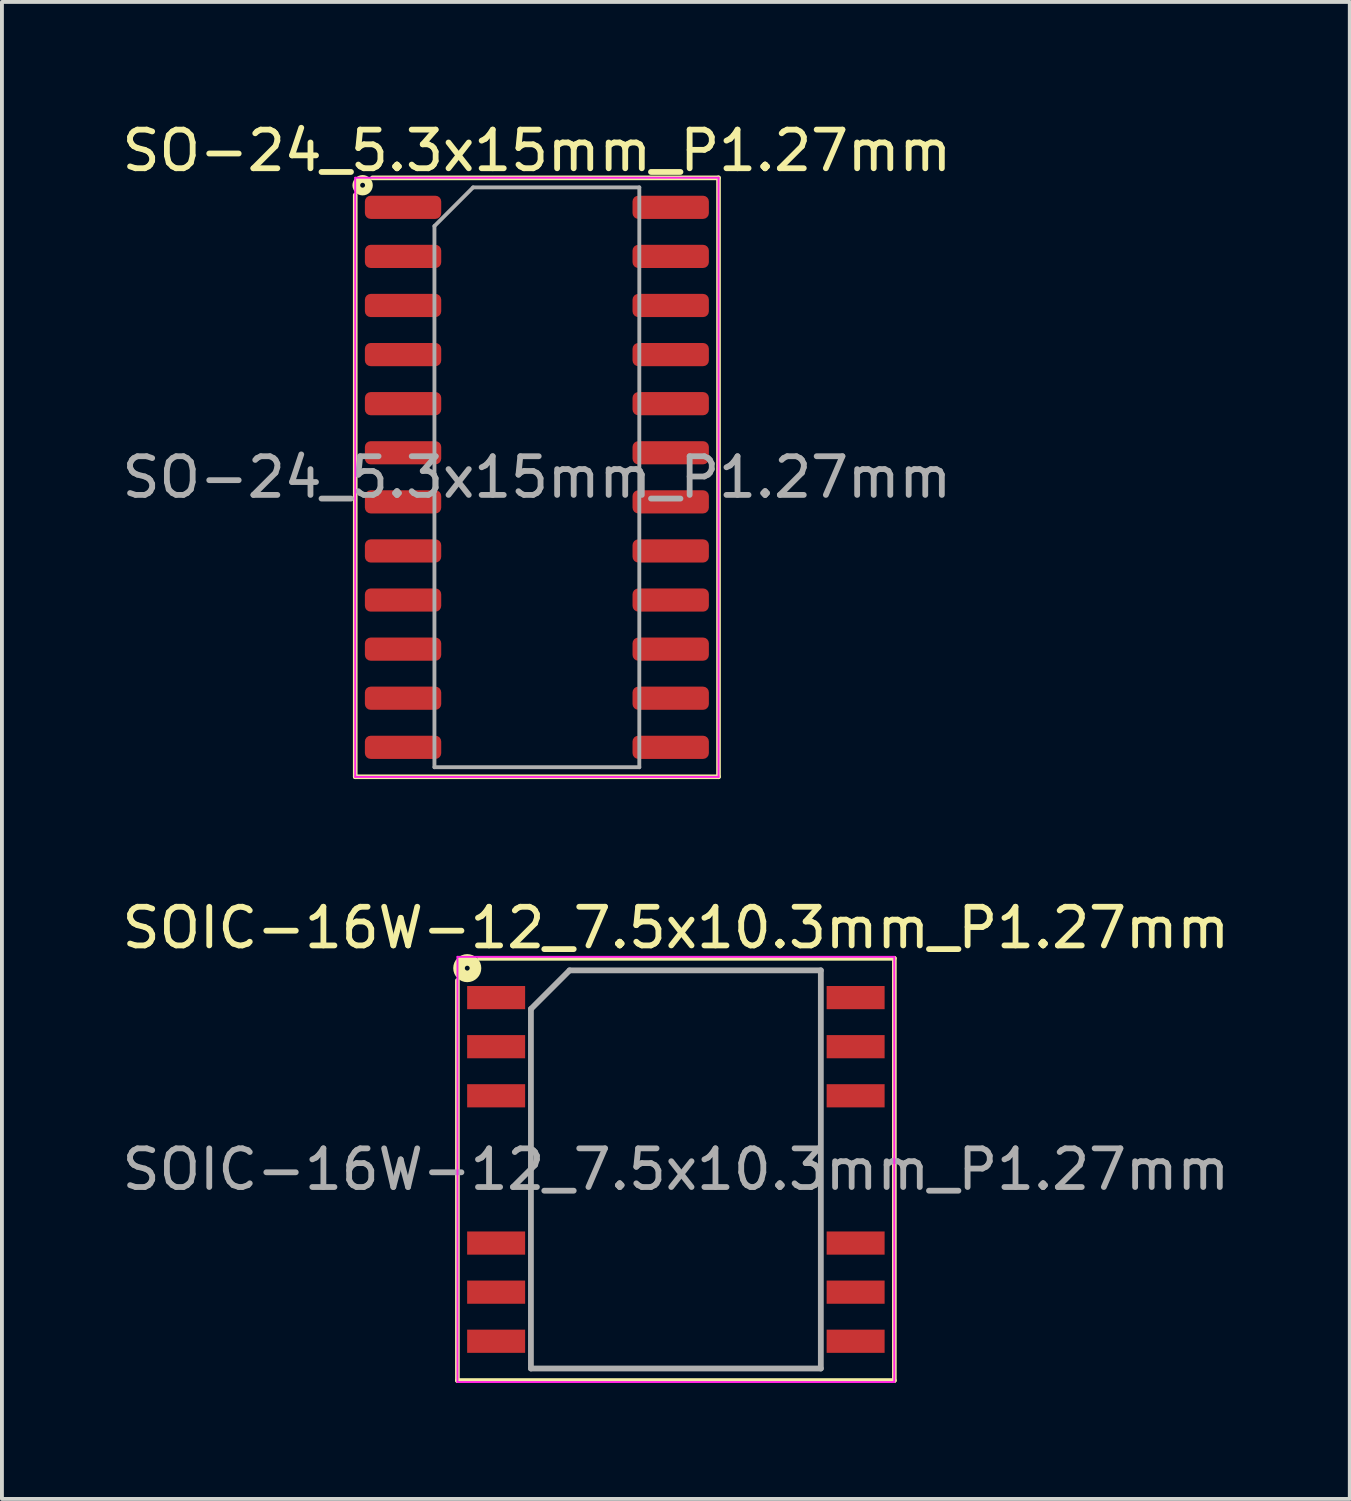
<source format=kicad_pcb>
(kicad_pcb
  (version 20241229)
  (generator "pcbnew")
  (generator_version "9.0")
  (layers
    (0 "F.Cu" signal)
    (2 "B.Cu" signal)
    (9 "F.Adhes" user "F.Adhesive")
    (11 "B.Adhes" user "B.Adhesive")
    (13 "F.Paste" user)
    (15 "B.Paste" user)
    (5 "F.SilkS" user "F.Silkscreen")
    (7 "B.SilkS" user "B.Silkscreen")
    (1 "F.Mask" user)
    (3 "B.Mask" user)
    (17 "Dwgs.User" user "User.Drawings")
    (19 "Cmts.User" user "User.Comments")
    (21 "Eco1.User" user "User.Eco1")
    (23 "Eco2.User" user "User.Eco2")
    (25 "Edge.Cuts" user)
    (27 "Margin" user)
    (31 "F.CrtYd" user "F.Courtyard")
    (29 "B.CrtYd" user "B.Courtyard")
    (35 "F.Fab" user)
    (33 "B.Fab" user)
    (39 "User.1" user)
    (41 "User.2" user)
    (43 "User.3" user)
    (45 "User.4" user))
  (footprint "SO-24_5.3x15mm_P1.27mm"
    (layer "F.Cu")
    (at 10.839 9.298)
    (property "Reference" "SO-24_5.3x15mm_P1.27mm" (at 0 -8.45 0) (layer "F.SilkS") (effects (font (size 1 1) (thickness 0.15))))
    (attr smd)
    (fp_line (start -4.699 -7.303) (end -4.699 7.747) (stroke (width 0.12) (type solid)) (layer "F.SilkS"))
    (fp_line (start -4.699 7.747) (end 4.699 7.747) (stroke (width 0.12) (type solid)) (layer "F.SilkS"))
    (fp_line (start 4.699 -7.747) (end -4.255 -7.747) (stroke (width 0.12) (type solid)) (layer "F.SilkS"))
    (fp_line (start 4.699 7.747) (end 4.699 -7.747) (stroke (width 0.12) (type solid)) (layer "F.SilkS"))
    (fp_circle (center -4.508 -7.556) (end -4.445 -7.556) (stroke (width 0.2) (type solid)) (fill no) (layer "F.SilkS"))
    (fp_line (start -4.7 -7.75) (end -4.7 7.75) (stroke (width 0.05) (type solid)) (layer "F.CrtYd"))
    (fp_line (start -4.7 7.75) (end 4.7 7.75) (stroke (width 0.05) (type solid)) (layer "F.CrtYd"))
    (fp_line (start 4.7 -7.75) (end -4.7 -7.75) (stroke (width 0.05) (type solid)) (layer "F.CrtYd"))
    (fp_line (start 4.7 7.75) (end 4.7 -7.75) (stroke (width 0.05) (type solid)) (layer "F.CrtYd"))
    (fp_line (start -2.65 -6.5) (end -1.65 -7.5) (stroke (width 0.1) (type solid)) (layer "F.Fab"))
    (fp_line (start -2.65 7.5) (end -2.65 -6.5) (stroke (width 0.1) (type solid)) (layer "F.Fab"))
    (fp_line (start -1.65 -7.5) (end 2.65 -7.5) (stroke (width 0.1) (type solid)) (layer "F.Fab"))
    (fp_line (start 2.65 -7.5) (end 2.65 7.5) (stroke (width 0.1) (type solid)) (layer "F.Fab"))
    (fp_line (start 2.65 7.5) (end -2.65 7.5) (stroke (width 0.1) (type solid)) (layer "F.Fab"))
    (fp_text user "${REFERENCE}" (at 0 0 0) (layer "F.Fab") (effects (font (size 1 1) (thickness 0.15))))
    (pad "1" smd roundrect (at -3.462 -6.985) (size 1.975 0.6) (layers "F.Cu" "F.Mask" "F.Paste") (roundrect_rratio 0.25))
    (pad "2" smd roundrect (at -3.462 -5.715) (size 1.975 0.6) (layers "F.Cu" "F.Mask" "F.Paste") (roundrect_rratio 0.25))
    (pad "3" smd roundrect (at -3.462 -4.445) (size 1.975 0.6) (layers "F.Cu" "F.Mask" "F.Paste") (roundrect_rratio 0.25))
    (pad "4" smd roundrect (at -3.462 -3.175) (size 1.975 0.6) (layers "F.Cu" "F.Mask" "F.Paste") (roundrect_rratio 0.25))
    (pad "5" smd roundrect (at -3.462 -1.905) (size 1.975 0.6) (layers "F.Cu" "F.Mask" "F.Paste") (roundrect_rratio 0.25))
    (pad "6" smd roundrect (at -3.462 -0.635) (size 1.975 0.6) (layers "F.Cu" "F.Mask" "F.Paste") (roundrect_rratio 0.25))
    (pad "7" smd roundrect (at -3.462 0.635) (size 1.975 0.6) (layers "F.Cu" "F.Mask" "F.Paste") (roundrect_rratio 0.25))
    (pad "8" smd roundrect (at -3.462 1.905) (size 1.975 0.6) (layers "F.Cu" "F.Mask" "F.Paste") (roundrect_rratio 0.25))
    (pad "9" smd roundrect (at -3.462 3.175) (size 1.975 0.6) (layers "F.Cu" "F.Mask" "F.Paste") (roundrect_rratio 0.25))
    (pad "10" smd roundrect (at -3.462 4.445) (size 1.975 0.6) (layers "F.Cu" "F.Mask" "F.Paste") (roundrect_rratio 0.25))
    (pad "11" smd roundrect (at -3.462 5.715) (size 1.975 0.6) (layers "F.Cu" "F.Mask" "F.Paste") (roundrect_rratio 0.25))
    (pad "12" smd roundrect (at -3.462 6.985) (size 1.975 0.6) (layers "F.Cu" "F.Mask" "F.Paste") (roundrect_rratio 0.25))
    (pad "13" smd roundrect (at 3.462 6.985) (size 1.975 0.6) (layers "F.Cu" "F.Mask" "F.Paste") (roundrect_rratio 0.25))
    (pad "14" smd roundrect (at 3.462 5.715) (size 1.975 0.6) (layers "F.Cu" "F.Mask" "F.Paste") (roundrect_rratio 0.25))
    (pad "15" smd roundrect (at 3.462 4.445) (size 1.975 0.6) (layers "F.Cu" "F.Mask" "F.Paste") (roundrect_rratio 0.25))
    (pad "16" smd roundrect (at 3.462 3.175) (size 1.975 0.6) (layers "F.Cu" "F.Mask" "F.Paste") (roundrect_rratio 0.25))
    (pad "17" smd roundrect (at 3.462 1.905) (size 1.975 0.6) (layers "F.Cu" "F.Mask" "F.Paste") (roundrect_rratio 0.25))
    (pad "18" smd roundrect (at 3.462 0.635) (size 1.975 0.6) (layers "F.Cu" "F.Mask" "F.Paste") (roundrect_rratio 0.25))
    (pad "19" smd roundrect (at 3.462 -0.635) (size 1.975 0.6) (layers "F.Cu" "F.Mask" "F.Paste") (roundrect_rratio 0.25))
    (pad "20" smd roundrect (at 3.462 -1.905) (size 1.975 0.6) (layers "F.Cu" "F.Mask" "F.Paste") (roundrect_rratio 0.25))
    (pad "21" smd roundrect (at 3.462 -3.175) (size 1.975 0.6) (layers "F.Cu" "F.Mask" "F.Paste") (roundrect_rratio 0.25))
    (pad "22" smd roundrect (at 3.462 -4.445) (size 1.975 0.6) (layers "F.Cu" "F.Mask" "F.Paste") (roundrect_rratio 0.25))
    (pad "23" smd roundrect (at 3.462 -5.715) (size 1.975 0.6) (layers "F.Cu" "F.Mask" "F.Paste") (roundrect_rratio 0.25))
    (pad "24" smd roundrect (at 3.462 -6.985) (size 1.975 0.6) (layers "F.Cu" "F.Mask" "F.Paste") (roundrect_rratio 0.25)))
  (footprint "SOIC-16W-12_7.5x10.3mm_P1.27mm"
    (layer "F.Cu")
    (at 14.435 27.203)
    (property "Reference" "SOIC-16W-12_7.5x10.3mm_P1.27mm" (at 0 -6.25 0) (layer "F.SilkS") (effects (font (size 1 1) (thickness 0.15))))
    (attr smd)
    (fp_line (start -5.652 -4.889) (end -5.652 5.461) (stroke (width 0.12) (type solid)) (layer "F.SilkS"))
    (fp_line (start -5.652 5.461) (end 5.652 5.461) (stroke (width 0.12) (type solid)) (layer "F.SilkS"))
    (fp_line (start 5.652 -5.461) (end -5.08 -5.461) (stroke (width 0.12) (type solid)) (layer "F.SilkS"))
    (fp_line (start 5.652 5.461) (end 5.652 -5.461) (stroke (width 0.12) (type solid)) (layer "F.SilkS"))
    (fp_circle (center -5.397 -5.207) (end -5.334 -5.207) (stroke (width 0.3) (type solid)) (fill no) (layer "F.SilkS"))
    (fp_line (start -5.65 -5.5) (end -5.65 5.5) (stroke (width 0.05) (type solid)) (layer "F.CrtYd"))
    (fp_line (start -5.65 -5.5) (end 5.65 -5.5) (stroke (width 0.05) (type solid)) (layer "F.CrtYd"))
    (fp_line (start -5.65 5.5) (end 5.65 5.5) (stroke (width 0.05) (type solid)) (layer "F.CrtYd"))
    (fp_line (start 5.65 -5.5) (end 5.65 5.5) (stroke (width 0.05) (type solid)) (layer "F.CrtYd"))
    (fp_line (start -3.75 -4.15) (end -2.75 -5.15) (stroke (width 0.15) (type solid)) (layer "F.Fab"))
    (fp_line (start -3.75 5.15) (end -3.75 -4.15) (stroke (width 0.15) (type solid)) (layer "F.Fab"))
    (fp_line (start -2.75 -5.15) (end 3.75 -5.15) (stroke (width 0.15) (type solid)) (layer "F.Fab"))
    (fp_line (start 3.75 -5.15) (end 3.75 5.15) (stroke (width 0.15) (type solid)) (layer "F.Fab"))
    (fp_line (start 3.75 5.15) (end -3.75 5.15) (stroke (width 0.15) (type solid)) (layer "F.Fab"))
    (fp_text user "${REFERENCE}" (at 0 0 0) (layer "F.Fab") (effects (font (size 1 1) (thickness 0.15))))
    (pad "1" smd rect (at -4.65 -4.445) (size 1.5 0.6) (layers "F.Cu" "F.Mask" "F.Paste"))
    (pad "2" smd rect (at -4.65 -3.175) (size 1.5 0.6) (layers "F.Cu" "F.Mask" "F.Paste"))
    (pad "3" smd rect (at -4.65 -1.905) (size 1.5 0.6) (layers "F.Cu" "F.Mask" "F.Paste"))
    (pad "6" smd rect (at -4.65 1.905) (size 1.5 0.6) (layers "F.Cu" "F.Mask" "F.Paste"))
    (pad "7" smd rect (at -4.65 3.175) (size 1.5 0.6) (layers "F.Cu" "F.Mask" "F.Paste"))
    (pad "8" smd rect (at -4.65 4.445) (size 1.5 0.6) (layers "F.Cu" "F.Mask" "F.Paste"))
    (pad "9" smd rect (at 4.65 4.445) (size 1.5 0.6) (layers "F.Cu" "F.Mask" "F.Paste"))
    (pad "10" smd rect (at 4.65 3.175) (size 1.5 0.6) (layers "F.Cu" "F.Mask" "F.Paste"))
    (pad "11" smd rect (at 4.65 1.905) (size 1.5 0.6) (layers "F.Cu" "F.Mask" "F.Paste"))
    (pad "14" smd rect (at 4.65 -1.905) (size 1.5 0.6) (layers "F.Cu" "F.Mask" "F.Paste"))
    (pad "15" smd rect (at 4.65 -3.175) (size 1.5 0.6) (layers "F.Cu" "F.Mask" "F.Paste"))
    (pad "16" smd rect (at 4.65 -4.445) (size 1.5 0.6) (layers "F.Cu" "F.Mask" "F.Paste")))
  (gr_rect
    (start -3 -3)
    (end 31.869 35.728)
    (stroke (width 0.1) (type default))
    (fill no)
    (layer "Edge.Cuts")))
</source>
